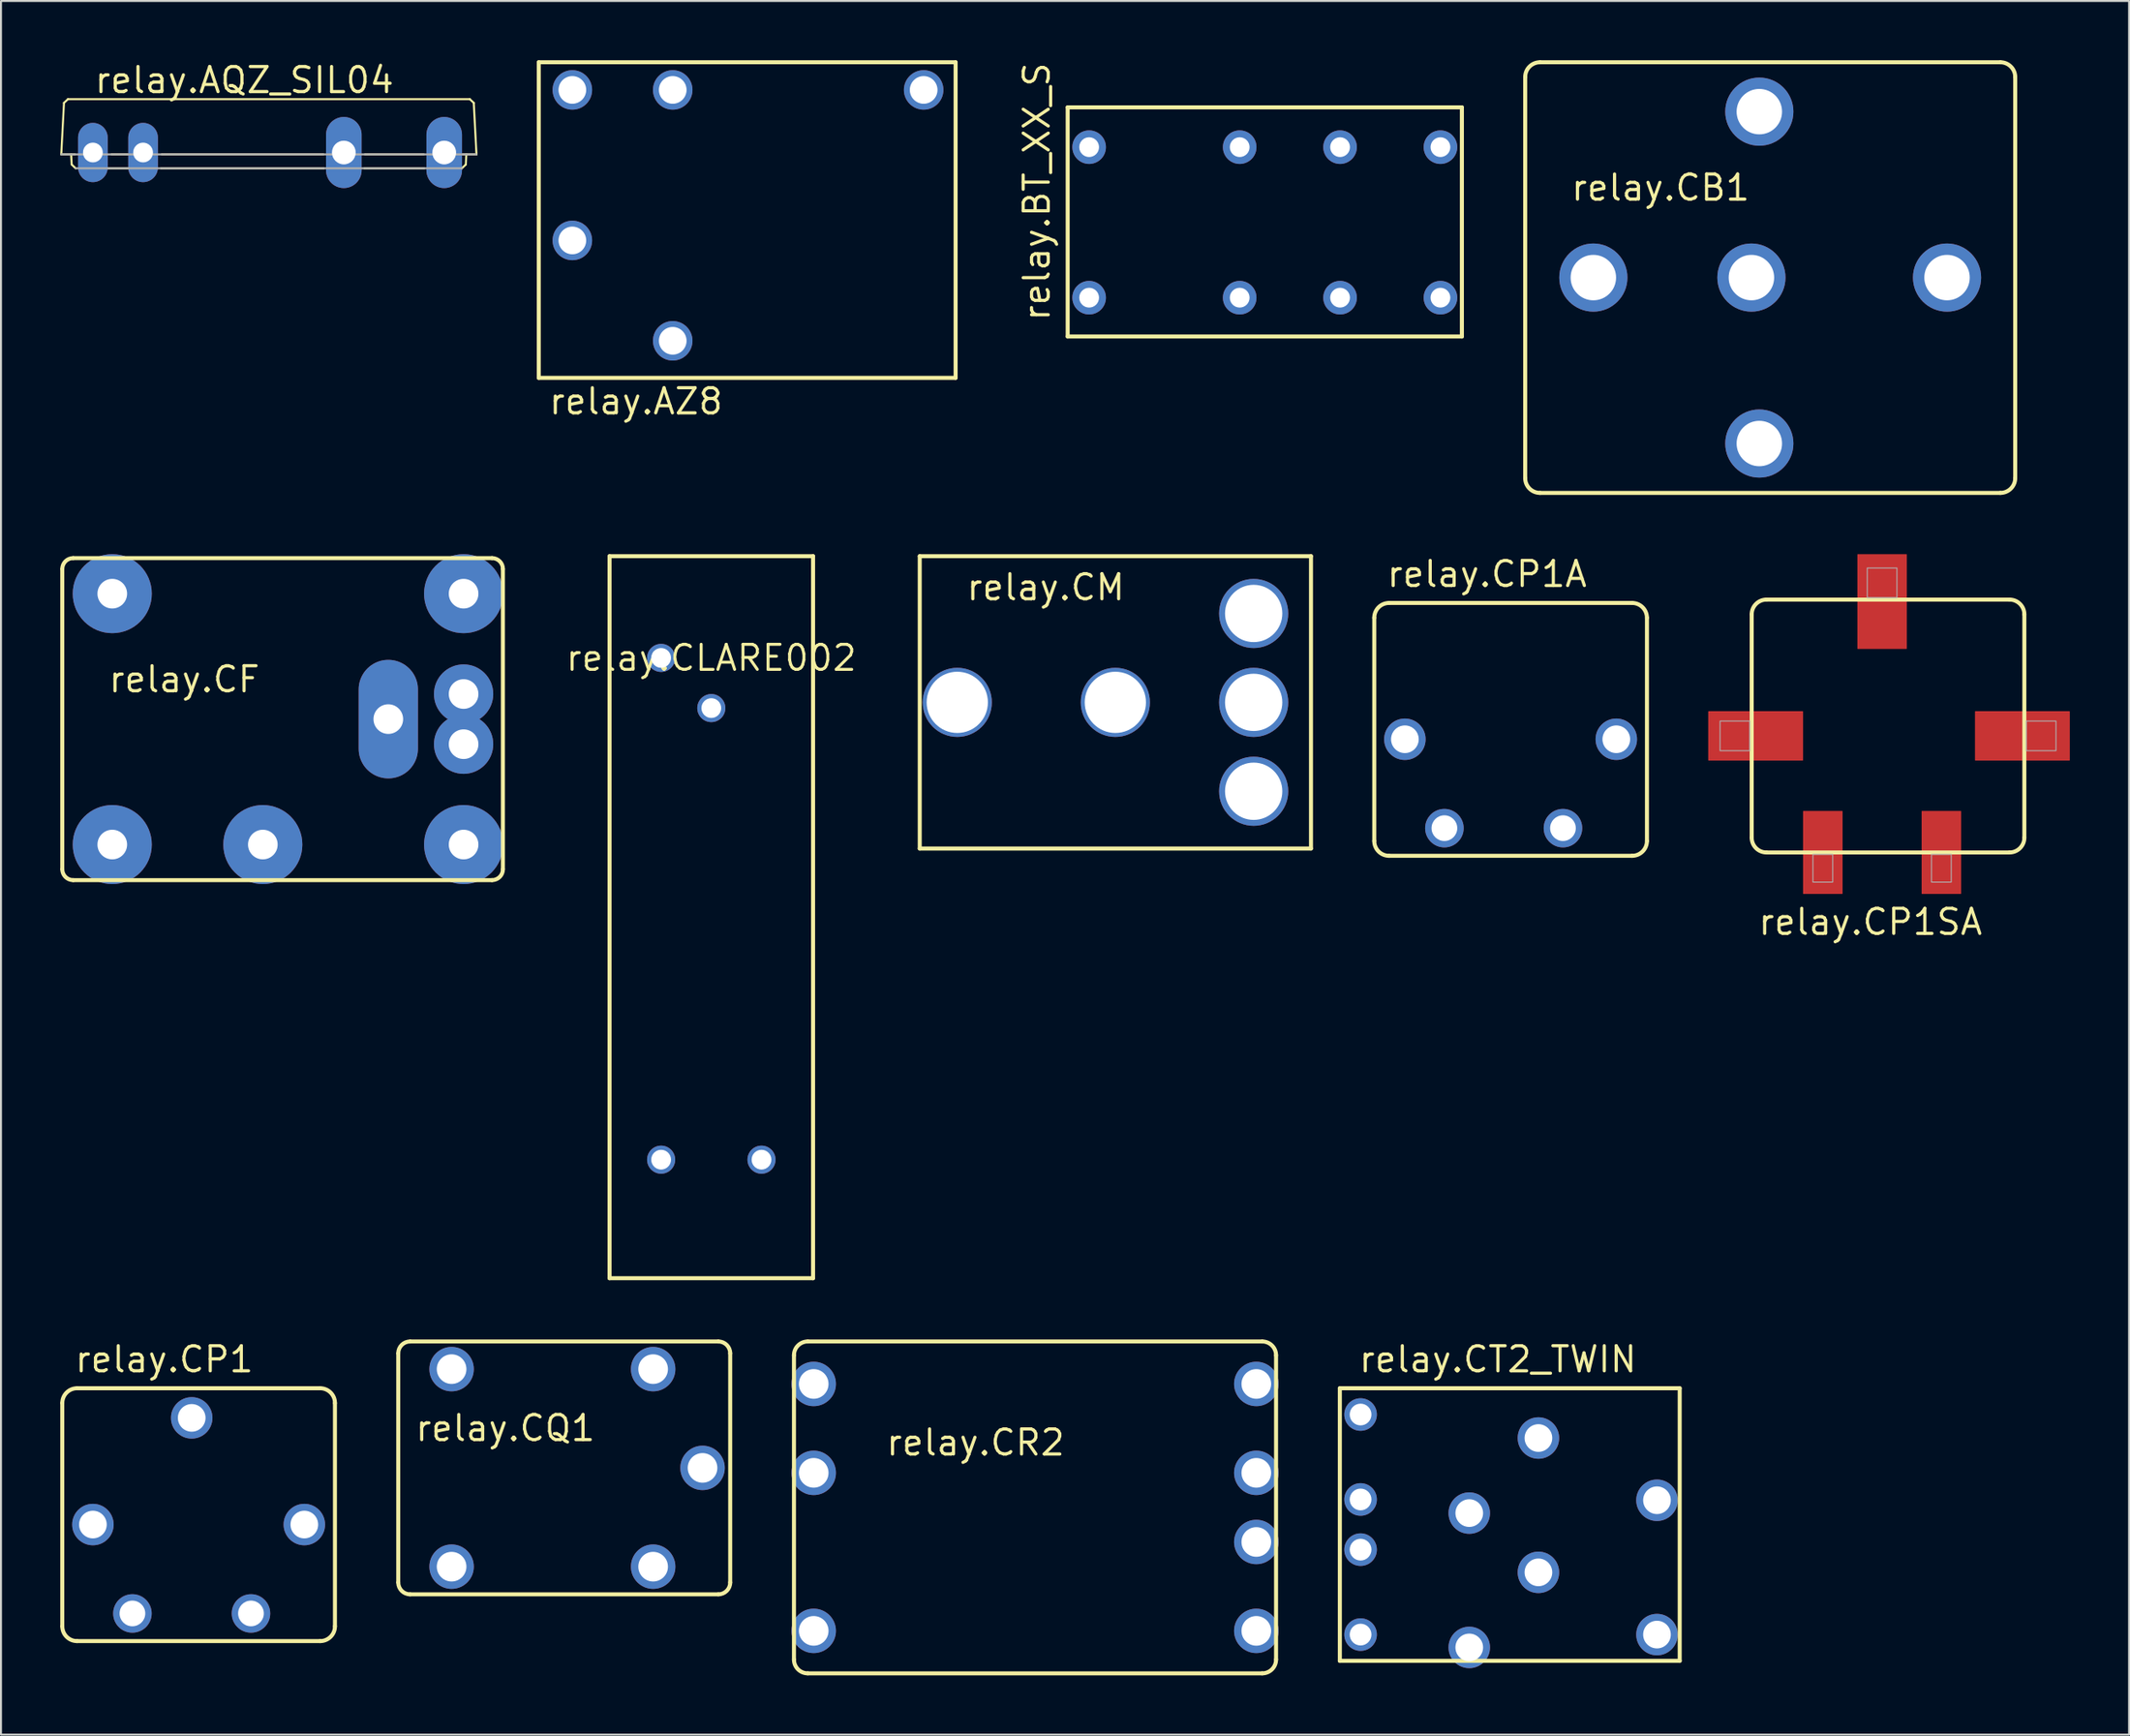
<source format=kicad_pcb>
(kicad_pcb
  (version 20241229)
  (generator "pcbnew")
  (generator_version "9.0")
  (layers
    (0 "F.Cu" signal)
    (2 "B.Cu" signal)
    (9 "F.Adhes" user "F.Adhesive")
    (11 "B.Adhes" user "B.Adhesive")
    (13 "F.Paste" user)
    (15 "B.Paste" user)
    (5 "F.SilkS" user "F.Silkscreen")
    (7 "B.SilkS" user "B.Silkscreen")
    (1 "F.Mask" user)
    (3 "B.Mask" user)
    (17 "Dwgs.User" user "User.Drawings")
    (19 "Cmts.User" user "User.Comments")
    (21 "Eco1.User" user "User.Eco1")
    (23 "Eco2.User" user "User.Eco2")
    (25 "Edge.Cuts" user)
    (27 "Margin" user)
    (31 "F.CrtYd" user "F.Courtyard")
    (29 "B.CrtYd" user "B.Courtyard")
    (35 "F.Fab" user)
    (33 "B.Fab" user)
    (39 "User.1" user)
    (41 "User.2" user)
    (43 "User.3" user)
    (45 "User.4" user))
  (footprint "relay.CT2_TWIN"
    (layer "F.Cu")
    (at 73.258 74.126)
    (property "Reference" "relay.CT2_TWIN" (at -7.62 -7.62 0) (layer "F.SilkS") (effects (font (size 1.27 1.27) (thickness 0.16)) (justify left bottom)))
    (attr through_hole)
    (fp_line (start -8.5 -6.9) (end -8.5 6.9) (stroke (width 0.203) (type default)) (layer "F.SilkS"))
    (fp_line (start -8.5 6.9) (end 8.7 6.9) (stroke (width 0.203) (type default)) (layer "F.SilkS"))
    (fp_line (start 8.7 -6.9) (end -8.5 -6.9) (stroke (width 0.203) (type default)) (layer "F.SilkS"))
    (fp_line (start 8.7 6.9) (end 8.7 -6.9) (stroke (width 0.203) (type default)) (layer "F.SilkS"))
    (pad "1" thru_hole circle (at -7.45 5.57 180) (size 1.65 1.65) (drill 1.1) (layers "*.Cu" "*.Mask"))
    (pad "1A" thru_hole circle (at -7.45 1.27 180) (size 1.65 1.65) (drill 1.1) (layers "*.Cu" "*.Mask"))
    (pad "2" thru_hole circle (at -7.45 -1.27 180) (size 1.65 1.65) (drill 1.1) (layers "*.Cu" "*.Mask"))
    (pad "2A" thru_hole circle (at -7.45 -5.57 180) (size 1.65 1.65) (drill 1.1) (layers "*.Cu" "*.Mask"))
    (pad "C1" thru_hole circle (at 7.55 5.57 180) (size 2.1 2.1) (drill 1.4) (layers "*.Cu" "*.Mask"))
    (pad "C2" thru_hole circle (at 7.55 -1.23 180) (size 2.1 2.1) (drill 1.4) (layers "*.Cu" "*.Mask"))
    (pad "NC1" thru_hole circle (at -1.95 6.22 180) (size 2.1 2.1) (drill 1.4) (layers "*.Cu" "*.Mask"))
    (pad "NC2" thru_hole circle (at -1.95 -0.58 180) (size 2.1 2.1) (drill 1.4) (layers "*.Cu" "*.Mask"))
    (pad "NO1" thru_hole circle (at 1.55 2.42 180) (size 2.1 2.1) (drill 1.4) (layers "*.Cu" "*.Mask"))
    (pad "NO2" thru_hole circle (at 1.55 -4.38 180) (size 2.1 2.1) (drill 1.4) (layers "*.Cu" "*.Mask")))
  (footprint "relay.CB1"
    (layer "F.Cu")
    (at 86.538 11.002)
    (property "Reference" "relay.CB1" (at -10.16 -3.81 0) (layer "F.SilkS") (effects (font (size 1.27 1.27) (thickness 0.16)) (justify left bottom)))
    (attr through_hole)
    (fp_line (start -12.4 -10.15) (end -12.4 10.15) (stroke (width 0.203) (type default)) (layer "F.SilkS"))
    (fp_line (start -11.65 10.9) (end 11.65 10.9) (stroke (width 0.203) (type default)) (layer "F.SilkS"))
    (fp_line (start 11.65 -10.9) (end -11.65 -10.9) (stroke (width 0.203) (type default)) (layer "F.SilkS"))
    (fp_line (start 12.4 10.15) (end 12.4 -10.15) (stroke (width 0.203) (type default)) (layer "F.SilkS"))
    (fp_arc (start -12.4 -10.15) (mid -12.18033 -10.68033) (end -11.65 -10.9) (stroke (width 0.2032) (type default)) (layer "F.SilkS"))
    (fp_arc (start -11.65 10.9) (mid -12.18033 10.68033) (end -12.4 10.15) (stroke (width 0.2032) (type default)) (layer "F.SilkS"))
    (fp_arc (start 11.65 -10.9) (mid 12.18033 -10.68033) (end 12.4 -10.15) (stroke (width 0.2032) (type default)) (layer "F.SilkS"))
    (fp_arc (start 12.4 10.15) (mid 12.18033 10.68033) (end 11.65 10.9) (stroke (width 0.2032) (type default)) (layer "F.SilkS"))
    (pad "30" thru_hole circle (at 8.95 0 180) (size 3.45 3.45) (drill 2.3) (layers "*.Cu" "*.Mask"))
    (pad "85" thru_hole circle (at -0.55 8.4 180) (size 3.45 3.45) (drill 2.3) (layers "*.Cu" "*.Mask"))
    (pad "86" thru_hole circle (at -0.55 -8.4 180) (size 3.45 3.45) (drill 2.3) (layers "*.Cu" "*.Mask"))
    (pad "87" thru_hole circle (at -8.95 0 180) (size 3.45 3.45) (drill 2.3) (layers "*.Cu" "*.Mask"))
    (pad "87A" thru_hole circle (at -0.95 0 180) (size 3.45 3.45) (drill 2.3) (layers "*.Cu" "*.Mask")))
  (footprint "relay.CQ1"
    (layer "F.Cu")
    (at 25.505 71.258)
    (property "Reference" "relay.CQ1" (at -7.62 -1.27 0) (layer "F.SilkS") (effects (font (size 1.27 1.27) (thickness 0.16)) (justify left bottom)))
    (attr through_hole)
    (fp_line (start -8.4 5.8) (end -8.4 -5.8) (stroke (width 0.203) (type default)) (layer "F.SilkS"))
    (fp_line (start -7.8 -6.4) (end 7.8 -6.4) (stroke (width 0.203) (type default)) (layer "F.SilkS"))
    (fp_line (start 7.8 6.4) (end -7.8 6.4) (stroke (width 0.203) (type default)) (layer "F.SilkS"))
    (fp_line (start 8.4 -5.8) (end 8.4 5.8) (stroke (width 0.203) (type default)) (layer "F.SilkS"))
    (fp_arc (start -8.4 -5.8) (mid -8.224264 -6.224264) (end -7.8 -6.4) (stroke (width 0.2032) (type default)) (layer "F.SilkS"))
    (fp_arc (start -7.8 6.4) (mid -8.224264 6.224264) (end -8.4 5.8) (stroke (width 0.2032) (type default)) (layer "F.SilkS"))
    (fp_arc (start 7.8 -6.4) (mid 8.224264 -6.224264) (end 8.4 -5.8) (stroke (width 0.2032) (type default)) (layer "F.SilkS"))
    (fp_arc (start 8.4 5.8) (mid 8.224264 6.224264) (end 7.8 6.4) (stroke (width 0.2032) (type default)) (layer "F.SilkS"))
    (pad "1" thru_hole circle (at 4.5 5 180) (size 2.25 2.25) (drill 1.5) (layers "*.Cu" "*.Mask"))
    (pad "2" thru_hole circle (at 4.5 -5 180) (size 2.25 2.25) (drill 1.5) (layers "*.Cu" "*.Mask"))
    (pad "C" thru_hole circle (at 7 0 180) (size 2.25 2.25) (drill 1.5) (layers "*.Cu" "*.Mask"))
    (pad "NC" thru_hole circle (at -5.7 5 180) (size 2.25 2.25) (drill 1.5) (layers "*.Cu" "*.Mask"))
    (pad "NO" thru_hole circle (at -5.7 -5 180) (size 2.25 2.25) (drill 1.5) (layers "*.Cu" "*.Mask")))
  (footprint "relay.CLARE002"
    (layer "F.Cu")
    (at 32.949 30.255)
    (property "Reference" "relay.CLARE002" (at 0 0 0) (layer "F.SilkS") (effects (font (size 1.27 1.27) (thickness 0.15))))
    (attr through_hole)
    (fp_line (start -5.15 -5.15) (end 5.15 -5.15) (stroke (width 0.203) (type default)) (layer "F.SilkS"))
    (fp_line (start -5.15 31.4) (end -5.15 -5.15) (stroke (width 0.203) (type default)) (layer "F.SilkS"))
    (fp_line (start 5.15 -5.15) (end 5.15 31.4) (stroke (width 0.203) (type default)) (layer "F.SilkS"))
    (fp_line (start 5.15 31.4) (end -5.15 31.4) (stroke (width 0.203) (type default)) (layer "F.SilkS"))
    (pad "1" thru_hole circle (at -2.54 25.4 180) (size 1.422 1.422) (drill 1) (layers "*.Cu" "*.Mask"))
    (pad "3" thru_hole circle (at -2.54 0 180) (size 1.422 1.422) (drill 1) (layers "*.Cu" "*.Mask"))
    (pad "4" thru_hole circle (at 0 2.54 180) (size 1.422 1.422) (drill 1) (layers "*.Cu" "*.Mask"))
    (pad "5" thru_hole circle (at 2.54 25.4 180) (size 1.422 1.422) (drill 1) (layers "*.Cu" "*.Mask")))
  (footprint "relay.CR2"
    (layer "F.Cu")
    (at 49.331 73.258)
    (property "Reference" "relay.CR2" (at -7.62 -2.54 0) (layer "F.SilkS") (effects (font (size 1.27 1.27) (thickness 0.16)) (justify left bottom)))
    (attr through_hole)
    (fp_line (start -12.2 7.7) (end -12.2 -7.7) (stroke (width 0.203) (type default)) (layer "F.SilkS"))
    (fp_line (start -11.5 -8.4) (end 11.5 -8.4) (stroke (width 0.203) (type default)) (layer "F.SilkS"))
    (fp_line (start 11.5 8.4) (end -11.5 8.4) (stroke (width 0.203) (type default)) (layer "F.SilkS"))
    (fp_line (start 12.2 -7.7) (end 12.2 7.7) (stroke (width 0.203) (type default)) (layer "F.SilkS"))
    (fp_arc (start -12.2 -7.7) (mid -11.994975 -8.194975) (end -11.5 -8.4) (stroke (width 0.2032) (type default)) (layer "F.SilkS"))
    (fp_arc (start -11.5 8.4) (mid -11.994975 8.194975) (end -12.2 7.7) (stroke (width 0.2032) (type default)) (layer "F.SilkS"))
    (fp_arc (start 11.5 -8.4) (mid 11.994975 -8.194975) (end 12.2 -7.7) (stroke (width 0.2032) (type default)) (layer "F.SilkS"))
    (fp_arc (start 12.2 7.7) (mid 11.994975 8.194975) (end 11.5 8.4) (stroke (width 0.2032) (type default)) (layer "F.SilkS"))
    (pad "1" thru_hole circle (at 11.2 -1.75 180) (size 2.25 2.25) (drill 1.5) (layers "*.Cu" "*.Mask"))
    (pad "2" thru_hole circle (at -11.2 -1.75 180) (size 2.25 2.25) (drill 1.5) (layers "*.Cu" "*.Mask"))
    (pad "C1" thru_hole circle (at 11.2 -6.25 180) (size 2.25 2.25) (drill 1.5) (layers "*.Cu" "*.Mask"))
    (pad "C2" thru_hole circle (at -11.2 -6.25 180) (size 2.25 2.25) (drill 1.5) (layers "*.Cu" "*.Mask"))
    (pad "M" thru_hole circle (at 11.2 1.75 180) (size 2.25 2.25) (drill 1.5) (layers "*.Cu" "*.Mask"))
    (pad "NC" thru_hole circle (at -11.2 6.25 180) (size 2.25 2.25) (drill 1.5) (layers "*.Cu" "*.Mask"))
    (pad "NO" thru_hole circle (at 11.2 6.25 180) (size 2.25 2.25) (drill 1.5) (layers "*.Cu" "*.Mask")))
  (footprint "relay.AZ8"
    (layer "F.Cu")
    (at 34.806 7.852)
    (property "Reference" "relay.AZ8" (at -10.16 10.16 0) (layer "F.SilkS") (effects (font (size 1.27 1.27) (thickness 0.16)) (justify left bottom)))
    (attr through_hole)
    (fp_line (start -10.59 -7.75) (end -10.59 8.225) (stroke (width 0.203) (type default)) (layer "F.SilkS"))
    (fp_line (start 10.507 -7.75) (end -10.59 -7.75) (stroke (width 0.203) (type default)) (layer "F.SilkS"))
    (fp_line (start 10.507 -7.75) (end 10.507 8.225) (stroke (width 0.203) (type default)) (layer "F.SilkS"))
    (fp_line (start 10.507 8.227) (end -10.59 8.227) (stroke (width 0.203) (type default)) (layer "F.SilkS"))
    (pad "1" thru_hole circle (at 8.89 -6.35 180) (size 2 2) (drill 1.4) (layers "*.Cu" "*.Mask"))
    (pad "2" thru_hole circle (at -3.81 -6.35 180) (size 2 2) (drill 1.4) (layers "*.Cu" "*.Mask"))
    (pad "3" thru_hole circle (at -8.89 1.27 180) (size 2 2) (drill 1.4) (layers "*.Cu" "*.Mask"))
    (pad "4" thru_hole circle (at -3.81 6.35 180) (size 2 2) (drill 1.4) (layers "*.Cu" "*.Mask"))
    (pad "5" thru_hole circle (at -8.89 -6.35 180) (size 2 2) (drill 1.4) (layers "*.Cu" "*.Mask")))
  (footprint "relay.BT_XX_S"
    (layer "F.Cu")
    (at 60.96 8.209)
    (property "Reference" "relay.BT_XX_S" (at -10.795 5.08 90) (layer "F.SilkS") (effects (font (size 1.27 1.27) (thickness 0.16)) (justify left bottom)))
    (attr through_hole)
    (fp_line (start -9.975 -5.825) (end 9.975 -5.825) (stroke (width 0.203) (type default)) (layer "F.SilkS"))
    (fp_line (start -9.975 5.775) (end -9.975 -5.825) (stroke (width 0.203) (type default)) (layer "F.SilkS"))
    (fp_line (start 9.975 -5.825) (end 9.975 5.775) (stroke (width 0.203) (type default)) (layer "F.SilkS"))
    (fp_line (start 9.975 5.775) (end -9.975 5.775) (stroke (width 0.203) (type default)) (layer "F.SilkS"))
    (pad "1" thru_hole circle (at -8.89 3.81) (size 1.7 1.7) (drill 1) (layers "*.Cu" "*.Mask"))
    (pad "4" thru_hole circle (at -1.27 3.81) (size 1.7 1.7) (drill 1) (layers "*.Cu" "*.Mask"))
    (pad "6" thru_hole circle (at 3.81 3.81) (size 1.7 1.7) (drill 1) (layers "*.Cu" "*.Mask"))
    (pad "8" thru_hole circle (at 8.89 3.81) (size 1.7 1.7) (drill 1) (layers "*.Cu" "*.Mask"))
    (pad "9" thru_hole circle (at 8.89 -3.81) (size 1.7 1.7) (drill 1) (layers "*.Cu" "*.Mask"))
    (pad "11" thru_hole circle (at 3.81 -3.81) (size 1.7 1.7) (drill 1) (layers "*.Cu" "*.Mask"))
    (pad "13" thru_hole circle (at -1.27 -3.81) (size 1.7 1.7) (drill 1) (layers "*.Cu" "*.Mask"))
    (pad "16" thru_hole circle (at -8.89 -3.81) (size 1.7 1.7) (drill 1) (layers "*.Cu" "*.Mask")))
  (footprint "relay.CP1"
    (layer "F.Cu")
    (at 7.002 74.126)
    (property "Reference" "relay.CP1" (at -6.35 -7.62 0) (layer "F.SilkS") (effects (font (size 1.27 1.27) (thickness 0.16)) (justify left bottom)))
    (attr through_hole)
    (fp_line (start -6.9 -6.15) (end -6.9 5.15) (stroke (width 0.203) (type default)) (layer "F.SilkS"))
    (fp_line (start -6.15 5.9) (end 6.15 5.9) (stroke (width 0.203) (type default)) (layer "F.SilkS"))
    (fp_line (start 6.15 -6.9) (end -6.15 -6.9) (stroke (width 0.203) (type default)) (layer "F.SilkS"))
    (fp_line (start 6.9 5.15) (end 6.9 -6.15) (stroke (width 0.203) (type default)) (layer "F.SilkS"))
    (fp_arc (start -6.9 -6.15) (mid -6.68033 -6.68033) (end -6.15 -6.9) (stroke (width 0.2032) (type default)) (layer "F.SilkS"))
    (fp_arc (start -6.15 5.9) (mid -6.68033 5.68033) (end -6.9 5.15) (stroke (width 0.2032) (type default)) (layer "F.SilkS"))
    (fp_arc (start 6.15 -6.9) (mid 6.68033 -6.68033) (end 6.9 -6.15) (stroke (width 0.2032) (type default)) (layer "F.SilkS"))
    (fp_arc (start 6.9 5.15) (mid 6.68033 5.68033) (end 6.15 5.9) (stroke (width 0.2032) (type default)) (layer "F.SilkS"))
    (pad "1" thru_hole circle (at 2.65 4.5 180) (size 1.95 1.95) (drill 1.3) (layers "*.Cu" "*.Mask"))
    (pad "2" thru_hole circle (at -3.35 4.5 180) (size 1.95 1.95) (drill 1.3) (layers "*.Cu" "*.Mask"))
    (pad "C" thru_hole circle (at 5.35 0 180) (size 2.1 2.1) (drill 1.4) (layers "*.Cu" "*.Mask"))
    (pad "NC" thru_hole circle (at -0.35 -5.4 180) (size 2.1 2.1) (drill 1.4) (layers "*.Cu" "*.Mask"))
    (pad "NO" thru_hole circle (at -5.35 0 180) (size 2.1 2.1) (drill 1.4) (layers "*.Cu" "*.Mask")))
  (footprint "relay.CP1SA"
    (layer "F.Cu")
    (at 92.201 34.203)
    (property "Reference" "relay.CP1SA" (at -6.35 10.16 0) (layer "F.SilkS") (effects (font (size 1.27 1.27) (thickness 0.16)) (justify left bottom)))
    (attr smd)
    (fp_line (start -6.6 -6.15) (end -6.6 5.15) (stroke (width 0.203) (type default)) (layer "F.SilkS"))
    (fp_line (start -5.85 5.9) (end 6.45 5.9) (stroke (width 0.203) (type default)) (layer "F.SilkS"))
    (fp_line (start 6.45 -6.9) (end -5.85 -6.9) (stroke (width 0.203) (type default)) (layer "F.SilkS"))
    (fp_line (start 7.2 5.15) (end 7.2 -6.15) (stroke (width 0.203) (type default)) (layer "F.SilkS"))
    (fp_arc (start -6.6 -6.15) (mid -6.38033 -6.68033) (end -5.85 -6.9) (stroke (width 0.2032) (type default)) (layer "F.SilkS"))
    (fp_arc (start -5.85 5.9) (mid -6.38033 5.68033) (end -6.6 5.15) (stroke (width 0.2032) (type default)) (layer "F.SilkS"))
    (fp_arc (start 6.45 -6.9) (mid 6.98033 -6.68033) (end 7.2 -6.15) (stroke (width 0.2032) (type default)) (layer "F.SilkS"))
    (fp_arc (start 7.2 5.15) (mid 6.98033 5.68033) (end 6.45 5.9) (stroke (width 0.2032) (type default)) (layer "F.SilkS"))
    (fp_rect (start -8.2 0.75) (end -6.7 -0.75) (stroke (width 0.05) (type default)) (fill no) (layer "F.Fab"))
    (fp_rect (start -3.5 7.4) (end -2.5 6) (stroke (width 0.05) (type default)) (fill no) (layer "F.Fab"))
    (fp_rect (start -0.75 -7) (end 0.75 -8.5) (stroke (width 0.05) (type default)) (fill no) (layer "F.Fab"))
    (fp_rect (start 2.5 7.4) (end 3.5 6) (stroke (width 0.05) (type default)) (fill no) (layer "F.Fab"))
    (fp_rect (start 7.3 0.75) (end 8.8 -0.75) (stroke (width 0.05) (type default)) (fill no) (layer "F.Fab"))
    (pad "1" smd roundrect (at 3 5.9 180) (size 2 4.2) (layers "F.Cu" "F.Mask" "F.Paste") (roundrect_rratio 0.01))
    (pad "2" smd roundrect (at -3 5.9 180) (size 2 4.2) (layers "F.Cu" "F.Mask" "F.Paste") (roundrect_rratio 0.01))
    (pad "C" smd roundrect (at 7.1 0) (size 4.8 2.5) (layers "F.Cu" "F.Mask" "F.Paste") (roundrect_rratio 0.01))
    (pad "NC" smd roundrect (at 0 -6.8 270) (size 4.8 2.5) (layers "F.Cu" "F.Mask" "F.Paste") (roundrect_rratio 0.01))
    (pad "NO" smd roundrect (at -6.4 0) (size 4.8 2.5) (layers "F.Cu" "F.Mask" "F.Paste") (roundrect_rratio 0.01)))
  (footprint "relay.AQZ_SIL04"
    (layer "F.Cu")
    (at 10.541 4.671)
    (property "Reference" "relay.AQZ_SIL04" (at -8.89 -2.921 0) (layer "F.SilkS") (effects (font (size 1.27 1.27) (thickness 0.16)) (justify left bottom)))
    (attr through_hole)
    (fp_line (start -10.49 0.094) (end -10.353 -2.512) (stroke (width 0.102) (type default)) (layer "F.SilkS"))
    (fp_line (start -10.49 0.094) (end -9.797 0.094) (stroke (width 0.102) (type default)) (layer "F.SilkS"))
    (fp_line (start -10.154 -2.701) (end -10.353 -2.512) (stroke (width 0.102) (type default)) (layer "F.SilkS"))
    (fp_line (start -10.154 -2.701) (end 10.187 -2.701) (stroke (width 0.102) (type default)) (layer "F.SilkS"))
    (fp_line (start -9.963 0.609) (end -9.99 0.094) (stroke (width 0.102) (type default)) (layer "F.SilkS"))
    (fp_line (start -9.963 0.609) (end -9.763 0.799) (stroke (width 0.102) (type default)) (layer "F.SilkS"))
    (fp_line (start -8.112 0.799) (end -7.108 0.799) (stroke (width 0.102) (type default)) (layer "F.SilkS"))
    (fp_line (start -7.95 0.094) (end -7.13 0.094) (stroke (width 0.102) (type default)) (layer "F.SilkS"))
    (fp_line (start -5.445 0.799) (end 2.798 0.799) (stroke (width 0.102) (type default)) (layer "F.SilkS"))
    (fp_line (start -5.41 0.094) (end 2.776 0.094) (stroke (width 0.102) (type default)) (layer "F.SilkS"))
    (fp_line (start 4.842 0.799) (end 7.878 0.799) (stroke (width 0.102) (type default)) (layer "F.SilkS"))
    (fp_line (start 4.877 0.094) (end 7.856 0.094) (stroke (width 0.102) (type default)) (layer "F.SilkS"))
    (fp_line (start 9.783 0.799) (end 9.983 0.609) (stroke (width 0.102) (type default)) (layer "F.SilkS"))
    (fp_line (start 9.83 0.094) (end 10.523 0.094) (stroke (width 0.102) (type default)) (layer "F.SilkS"))
    (fp_line (start 9.983 0.609) (end 10.01 0.094) (stroke (width 0.102) (type default)) (layer "F.SilkS"))
    (fp_line (start 10.386 -2.512) (end 10.187 -2.701) (stroke (width 0.102) (type default)) (layer "F.SilkS"))
    (fp_line (start 10.523 0.094) (end 10.386 -2.512) (stroke (width 0.102) (type default)) (layer "F.SilkS"))
    (fp_line (start -10.49 0.094) (end 10.523 0.094) (stroke (width 0.102) (type default)) (layer "F.Fab"))
    (fp_line (start -9.763 0.799) (end 9.783 0.799) (stroke (width 0.102) (type default)) (layer "F.Fab"))
    (pad "1" thru_hole oval (at -8.89 0 90) (size 3 1.5) (drill 1) (layers "*.Cu" "*.Mask"))
    (pad "2" thru_hole oval (at -6.35 0 90) (size 3 1.5) (drill 1) (layers "*.Cu" "*.Mask"))
    (pad "3" thru_hole oval (at 3.81 0 90) (size 3.6 1.8) (drill 1.2) (layers "*.Cu" "*.Mask"))
    (pad "4" thru_hole oval (at 8.89 0 90) (size 3.6 1.8) (drill 1.2) (layers "*.Cu" "*.Mask")))
  (footprint "relay.CP1A"
    (layer "F.Cu")
    (at 73.4 34.373)
    (property "Reference" "relay.CP1A" (at -6.35 -7.62 0) (layer "F.SilkS") (effects (font (size 1.27 1.27) (thickness 0.16)) (justify left bottom)))
    (attr through_hole)
    (fp_line (start -6.9 -6.15) (end -6.9 5.15) (stroke (width 0.203) (type default)) (layer "F.SilkS"))
    (fp_line (start -6.15 5.9) (end 6.15 5.9) (stroke (width 0.203) (type default)) (layer "F.SilkS"))
    (fp_line (start 6.15 -6.9) (end -6.15 -6.9) (stroke (width 0.203) (type default)) (layer "F.SilkS"))
    (fp_line (start 6.9 5.15) (end 6.9 -6.15) (stroke (width 0.203) (type default)) (layer "F.SilkS"))
    (fp_arc (start -6.9 -6.15) (mid -6.68033 -6.68033) (end -6.15 -6.9) (stroke (width 0.2032) (type default)) (layer "F.SilkS"))
    (fp_arc (start -6.15 5.9) (mid -6.68033 5.68033) (end -6.9 5.15) (stroke (width 0.2032) (type default)) (layer "F.SilkS"))
    (fp_arc (start 6.15 -6.9) (mid 6.68033 -6.68033) (end 6.9 -6.15) (stroke (width 0.2032) (type default)) (layer "F.SilkS"))
    (fp_arc (start 6.9 5.15) (mid 6.68033 5.68033) (end 6.15 5.9) (stroke (width 0.2032) (type default)) (layer "F.SilkS"))
    (pad "1" thru_hole circle (at 2.65 4.5 180) (size 1.95 1.95) (drill 1.3) (layers "*.Cu" "*.Mask"))
    (pad "2" thru_hole circle (at -3.35 4.5 180) (size 1.95 1.95) (drill 1.3) (layers "*.Cu" "*.Mask"))
    (pad "C" thru_hole circle (at 5.35 0 180) (size 2.1 2.1) (drill 1.4) (layers "*.Cu" "*.Mask"))
    (pad "NO" thru_hole circle (at -5.35 0 180) (size 2.1 2.1) (drill 1.4) (layers "*.Cu" "*.Mask")))
  (footprint "relay.CM"
    (layer "F.Cu")
    (at 53.397 32.505)
    (property "Reference" "relay.CM" (at -7.62 -5.08 0) (layer "F.SilkS") (effects (font (size 1.27 1.27) (thickness 0.16)) (justify left bottom)))
    (attr through_hole)
    (fp_line (start -9.9 -7.4) (end 9.9 -7.4) (stroke (width 0.203) (type default)) (layer "F.SilkS"))
    (fp_line (start -9.9 7.4) (end -9.9 -7.4) (stroke (width 0.203) (type default)) (layer "F.SilkS"))
    (fp_line (start 9.9 -7.4) (end 9.9 7.4) (stroke (width 0.203) (type default)) (layer "F.SilkS"))
    (fp_line (start 9.9 7.4) (end -9.9 7.4) (stroke (width 0.203) (type default)) (layer "F.SilkS"))
    (pad "30" thru_hole circle (at -8 0 180) (size 3.5 3.5) (drill 3.1) (layers "*.Cu" "*.Mask"))
    (pad "85" thru_hole circle (at 7 -4.5 180) (size 3.5 3.5) (drill 2.9) (layers "*.Cu" "*.Mask"))
    (pad "86" thru_hole circle (at 7 4.5 180) (size 3.5 3.5) (drill 2.9) (layers "*.Cu" "*.Mask"))
    (pad "87" thru_hole circle (at 0 0 180) (size 3.5 3.5) (drill 3.1) (layers "*.Cu" "*.Mask"))
    (pad "87A" thru_hole circle (at 7 0 180) (size 3.5 3.5) (drill 2.9) (layers "*.Cu" "*.Mask")))
  (footprint "relay.CF"
    (layer "F.Cu")
    (at 11.252 33.353)
    (property "Reference" "relay.CF" (at -8.89 -1.27 0) (layer "F.SilkS") (effects (font (size 1.27 1.27) (thickness 0.16)) (justify left bottom)))
    (attr through_hole)
    (fp_line (start -11.15 7.6) (end -11.15 -7.6) (stroke (width 0.203) (type default)) (layer "F.SilkS"))
    (fp_line (start -10.6 -8.15) (end 10.6 -8.15) (stroke (width 0.203) (type default)) (layer "F.SilkS"))
    (fp_line (start 10.6 8.15) (end -10.6 8.15) (stroke (width 0.203) (type default)) (layer "F.SilkS"))
    (fp_line (start 11.15 -7.6) (end 11.15 7.6) (stroke (width 0.203) (type default)) (layer "F.SilkS"))
    (fp_arc (start -11.15 -7.6) (mid -10.988909 -7.988909) (end -10.6 -8.15) (stroke (width 0.2032) (type default)) (layer "F.SilkS"))
    (fp_arc (start -10.6 8.15) (mid -10.988909 7.988909) (end -11.15 7.6) (stroke (width 0.2032) (type default)) (layer "F.SilkS"))
    (fp_arc (start 10.6 -8.15) (mid 10.988909 -7.988909) (end 11.15 -7.6) (stroke (width 0.2032) (type default)) (layer "F.SilkS"))
    (fp_arc (start 11.15 7.6) (mid 10.988909 7.988909) (end 10.6 8.15) (stroke (width 0.2032) (type default)) (layer "F.SilkS"))
    (pad "1" thru_hole circle (at 9.16 6.35) (size 4 4) (drill 1.5) (layers "*.Cu" "*.Mask"))
    (pad "1A" thru_hole circle (at 9.16 1.27) (size 3 3) (drill 1.5) (layers "*.Cu" "*.Mask"))
    (pad "2" thru_hole circle (at 9.16 -6.35) (size 4 4) (drill 1.5) (layers "*.Cu" "*.Mask"))
    (pad "2A" thru_hole circle (at 9.16 -1.27) (size 3 3) (drill 1.5) (layers "*.Cu" "*.Mask"))
    (pad "C1" thru_hole circle (at -8.62 6.35) (size 4 4) (drill 1.5) (layers "*.Cu" "*.Mask"))
    (pad "C2" thru_hole circle (at -8.62 -6.35) (size 4 4) (drill 1.5) (layers "*.Cu" "*.Mask"))
    (pad "NC" thru_hole oval (at 5.35 0 90) (size 6 3) (drill 1.5) (layers "*.Cu" "*.Mask"))
    (pad "NO" thru_hole circle (at -1 6.35) (size 4 4) (drill 1.5) (layers "*.Cu" "*.Mask")))
  (gr_rect
    (start -3 -3)
    (end 104.701 84.76)
    (stroke (width 0.1) (type default))
    (fill no)
    (layer "Edge.Cuts")))
</source>
